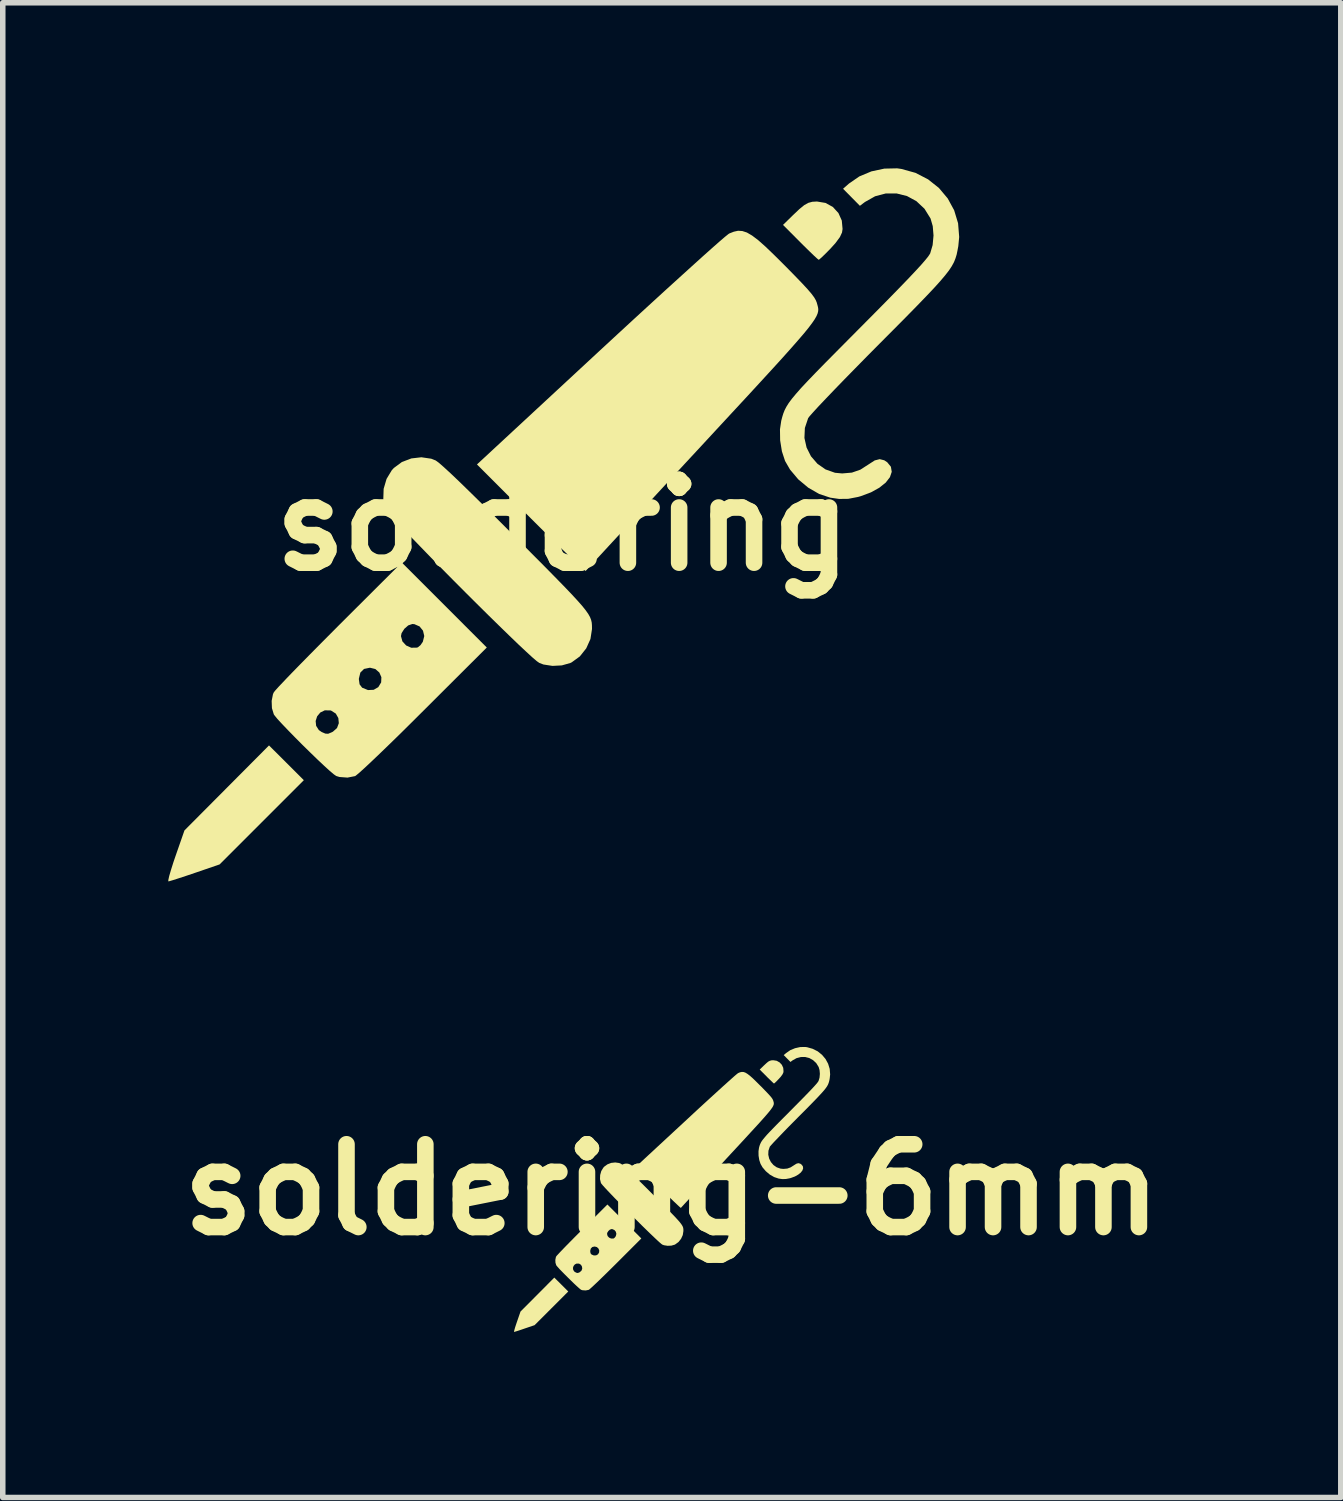
<source format=kicad_pcb>
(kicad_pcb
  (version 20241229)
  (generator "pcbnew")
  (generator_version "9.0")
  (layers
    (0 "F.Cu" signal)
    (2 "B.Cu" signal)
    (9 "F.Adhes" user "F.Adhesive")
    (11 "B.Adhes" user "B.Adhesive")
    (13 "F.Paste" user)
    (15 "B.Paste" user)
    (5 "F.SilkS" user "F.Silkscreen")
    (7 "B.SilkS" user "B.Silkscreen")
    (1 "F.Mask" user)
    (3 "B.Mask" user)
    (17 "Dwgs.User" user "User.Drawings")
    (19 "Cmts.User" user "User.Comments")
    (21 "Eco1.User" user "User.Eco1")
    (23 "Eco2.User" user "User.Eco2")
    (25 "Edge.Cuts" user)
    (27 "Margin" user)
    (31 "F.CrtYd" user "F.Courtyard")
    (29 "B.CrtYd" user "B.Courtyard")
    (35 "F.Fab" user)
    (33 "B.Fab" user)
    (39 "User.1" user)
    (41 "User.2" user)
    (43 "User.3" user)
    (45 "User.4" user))
  (footprint "soldering-6mm"
    (layer "F.Cu")
    (at 9.121 18.504)
    (property "Reference" "soldering-6mm" (at 0 0 0) (layer "F.SilkS") (effects (font (size 1.5 1.5) (thickness 0.3))))
    (attr board_only exclude_from_pos_files exclude_from_bom)
    (fp_poly (pts (xy -2.001 1.72) (xy -1.875 1.846) (xy -2.18 2.151) (xy -2.485 2.456) (xy -2.665 2.517) (xy -2.726 2.538) (xy -2.78 2.556) (xy -2.822 2.569) (xy -2.849 2.577) (xy -2.856 2.579) (xy -2.857 2.568) (xy -2.85 2.539) (xy -2.838 2.496) (xy -2.82 2.441) (xy -2.804 2.394) (xy -2.74 2.209) (xy -2.434 1.902) (xy -2.128 1.594)) (stroke (width 0) (type solid)) (fill yes) (layer "F.SilkS"))
    (fp_poly (pts (xy 1.902 -2.334) (xy 1.955 -2.304) (xy 1.995 -2.261) (xy 2.02 -2.206) (xy 2.025 -2.145) (xy 2.022 -2.12) (xy 2.006 -2.087) (xy 1.974 -2.043) (xy 1.936 -2.002) (xy 1.903 -1.967) (xy 1.875 -1.94) (xy 1.857 -1.925) (xy 1.853 -1.922) (xy 1.842 -1.93) (xy 1.819 -1.952) (xy 1.785 -1.985) (xy 1.743 -2.025) (xy 1.72 -2.049) (xy 1.594 -2.175) (xy 1.667 -2.246) (xy 1.713 -2.289) (xy 1.747 -2.318) (xy 1.777 -2.334) (xy 1.806 -2.342) (xy 1.84 -2.344) (xy 1.84 -2.344)) (stroke (width 0) (type solid)) (fill yes) (layer "F.SilkS"))
    (fp_poly (pts (xy -0.953 -0.482) (xy -0.921 -0.469) (xy -0.901 -0.455) (xy -0.865 -0.424) (xy -0.813 -0.376) (xy -0.745 -0.312) (xy -0.663 -0.231) (xy -0.564 -0.134) (xy -0.451 -0.022) (xy -0.345 0.085) (xy -0.235 0.194) (xy -0.142 0.289) (xy -0.062 0.37) (xy 0.005 0.438) (xy 0.06 0.495) (xy 0.104 0.543) (xy 0.139 0.582) (xy 0.165 0.615) (xy 0.184 0.642) (xy 0.197 0.665) (xy 0.205 0.685) (xy 0.209 0.704) (xy 0.211 0.723) (xy 0.211 0.744) (xy 0.211 0.752) (xy 0.2 0.823) (xy 0.169 0.891) (xy 0.123 0.949) (xy 0.064 0.992) (xy 0.053 0.998) (xy -0.007 1.015) (xy -0.075 1.018) (xy -0.14 1.008) (xy -0.17 0.997) (xy -0.188 0.984) (xy -0.221 0.956) (xy -0.266 0.915) (xy -0.322 0.862) (xy -0.388 0.799) (xy -0.46 0.729) (xy -0.539 0.652) (xy -0.621 0.57) (xy -0.706 0.486) (xy -0.79 0.401) (xy -0.874 0.316) (xy -0.954 0.234) (xy -1.03 0.157) (xy -1.099 0.085) (xy -1.16 0.021) (xy -1.21 -0.033) (xy -1.249 -0.076) (xy -1.274 -0.106) (xy -1.283 -0.12) (xy -1.3 -0.19) (xy -1.297 -0.264) (xy -1.277 -0.336) (xy -1.239 -0.398) (xy -1.224 -0.415) (xy -1.165 -0.458) (xy -1.097 -0.484) (xy -1.024 -0.492)) (stroke (width 0) (type solid)) (fill yes) (layer "F.SilkS"))
    (fp_poly (pts (xy 1.3 -2.131) (xy 1.333 -2.12) (xy 1.37 -2.098) (xy 1.415 -2.064) (xy 1.468 -2.017) (xy 1.532 -1.955) (xy 1.61 -1.877) (xy 1.614 -1.874) (xy 1.681 -1.805) (xy 1.733 -1.751) (xy 1.772 -1.709) (xy 1.801 -1.676) (xy 1.82 -1.65) (xy 1.832 -1.629) (xy 1.839 -1.611) (xy 1.84 -1.609) (xy 1.844 -1.593) (xy 1.848 -1.579) (xy 1.849 -1.565) (xy 1.849 -1.55) (xy 1.845 -1.534) (xy 1.837 -1.515) (xy 1.824 -1.491) (xy 1.804 -1.463) (xy 1.779 -1.429) (xy 1.745 -1.388) (xy 1.703 -1.339) (xy 1.652 -1.281) (xy 1.591 -1.213) (xy 1.518 -1.133) (xy 1.434 -1.042) (xy 1.337 -0.936) (xy 1.227 -0.817) (xy 1.102 -0.682) (xy 1 -0.572) (xy 0.887 -0.449) (xy 0.778 -0.332) (xy 0.674 -0.22) (xy 0.577 -0.115) (xy 0.488 -0.018) (xy 0.407 0.069) (xy 0.336 0.146) (xy 0.276 0.211) (xy 0.228 0.263) (xy 0.193 0.301) (xy 0.172 0.324) (xy 0.165 0.331) (xy 0.156 0.325) (xy 0.131 0.303) (xy 0.094 0.268) (xy 0.045 0.222) (xy -0.015 0.164) (xy -0.082 0.099) (xy -0.156 0.026) (xy -0.232 -0.051) (xy -0.622 -0.44) (xy 0.27 -1.266) (xy 0.397 -1.384) (xy 0.519 -1.497) (xy 0.635 -1.603) (xy 0.743 -1.702) (xy 0.843 -1.793) (xy 0.933 -1.875) (xy 1.012 -1.946) (xy 1.079 -2.006) (xy 1.133 -2.054) (xy 1.173 -2.088) (xy 1.198 -2.108) (xy 1.205 -2.112) (xy 1.238 -2.126) (xy 1.269 -2.132)) (stroke (width 0) (type solid)) (fill yes) (layer "F.SilkS"))
    (fp_poly (pts (xy -0.858 0.577) (xy -0.551 0.885) (xy -1.011 1.345) (xy -1.098 1.431) (xy -1.18 1.512) (xy -1.257 1.587) (xy -1.326 1.654) (xy -1.387 1.712) (xy -1.436 1.758) (xy -1.474 1.792) (xy -1.497 1.812) (xy -1.504 1.816) (xy -1.559 1.827) (xy -1.617 1.823) (xy -1.641 1.816) (xy -1.658 1.804) (xy -1.688 1.778) (xy -1.729 1.741) (xy -1.777 1.696) (xy -1.83 1.644) (xy -1.885 1.59) (xy -1.939 1.536) (xy -1.989 1.485) (xy -2.033 1.44) (xy -2.053 1.417) (xy -1.79 1.417) (xy -1.786 1.452) (xy -1.767 1.483) (xy -1.746 1.497) (xy -1.72 1.509) (xy -1.7 1.51) (xy -1.674 1.5) (xy -1.665 1.495) (xy -1.635 1.468) (xy -1.622 1.433) (xy -1.626 1.396) (xy -1.644 1.363) (xy -1.677 1.342) (xy -1.683 1.341) (xy -1.724 1.34) (xy -1.756 1.356) (xy -1.779 1.384) (xy -1.79 1.417) (xy -2.053 1.417) (xy -2.066 1.403) (xy -2.088 1.377) (xy -2.093 1.369) (xy -2.107 1.324) (xy -2.109 1.272) (xy -2.099 1.223) (xy -2.093 1.21) (xy -2.082 1.196) (xy -2.055 1.167) (xy -2.015 1.124) (xy -2.006 1.115) (xy -1.477 1.115) (xy -1.472 1.152) (xy -1.454 1.175) (xy -1.451 1.177) (xy -1.411 1.193) (xy -1.369 1.191) (xy -1.336 1.172) (xy -1.316 1.138) (xy -1.314 1.1) (xy -1.329 1.066) (xy -1.357 1.041) (xy -1.397 1.031) (xy -1.439 1.04) (xy -1.466 1.067) (xy -1.477 1.109) (xy -1.477 1.115) (xy -2.006 1.115) (xy -1.964 1.071) (xy -1.902 1.007) (xy -1.831 0.935) (xy -1.753 0.856) (xy -1.7 0.803) (xy -1.172 0.803) (xy -1.162 0.841) (xy -1.135 0.87) (xy -1.098 0.887) (xy -1.057 0.886) (xy -1.05 0.884) (xy -1.031 0.868) (xy -1.014 0.844) (xy -1.003 0.802) (xy -1.013 0.763) (xy -1.038 0.733) (xy -1.075 0.716) (xy -1.09 0.715) (xy -1.12 0.725) (xy -1.148 0.75) (xy -1.168 0.781) (xy -1.172 0.803) (xy -1.7 0.803) (xy -1.669 0.772) (xy -1.621 0.724) (xy -1.166 0.27)) (stroke (width 0) (type solid)) (fill yes) (layer "F.SilkS"))
    (fp_poly (pts (xy 2.452 -2.58) (xy 2.554 -2.551) (xy 2.645 -2.505) (xy 2.723 -2.442) (xy 2.786 -2.367) (xy 2.833 -2.281) (xy 2.862 -2.187) (xy 2.87 -2.087) (xy 2.863 -2.021) (xy 2.858 -1.989) (xy 2.851 -1.96) (xy 2.843 -1.933) (xy 2.832 -1.905) (xy 2.817 -1.877) (xy 2.796 -1.845) (xy 2.768 -1.809) (xy 2.732 -1.767) (xy 2.687 -1.718) (xy 2.632 -1.659) (xy 2.565 -1.59) (xy 2.485 -1.508) (xy 2.391 -1.413) (xy 2.291 -1.313) (xy 2.201 -1.222) (xy 2.116 -1.136) (xy 2.037 -1.055) (xy 1.966 -0.981) (xy 1.904 -0.916) (xy 1.852 -0.862) (xy 1.813 -0.819) (xy 1.787 -0.79) (xy 1.776 -0.776) (xy 1.752 -0.704) (xy 1.749 -0.632) (xy 1.765 -0.562) (xy 1.797 -0.499) (xy 1.843 -0.445) (xy 1.902 -0.404) (xy 1.971 -0.38) (xy 2.022 -0.375) (xy 2.093 -0.381) (xy 2.154 -0.403) (xy 2.214 -0.441) (xy 2.258 -0.469) (xy 2.294 -0.479) (xy 2.328 -0.47) (xy 2.349 -0.456) (xy 2.375 -0.424) (xy 2.381 -0.387) (xy 2.368 -0.348) (xy 2.338 -0.309) (xy 2.292 -0.272) (xy 2.232 -0.238) (xy 2.159 -0.211) (xy 2.137 -0.205) (xy 2.067 -0.192) (xy 2.001 -0.191) (xy 1.937 -0.2) (xy 1.856 -0.227) (xy 1.777 -0.272) (xy 1.705 -0.333) (xy 1.645 -0.403) (xy 1.609 -0.466) (xy 1.586 -0.535) (xy 1.573 -0.615) (xy 1.572 -0.695) (xy 1.581 -0.757) (xy 1.588 -0.784) (xy 1.596 -0.809) (xy 1.606 -0.833) (xy 1.618 -0.858) (xy 1.635 -0.885) (xy 1.658 -0.915) (xy 1.688 -0.951) (xy 1.725 -0.994) (xy 1.773 -1.045) (xy 1.831 -1.105) (xy 1.901 -1.177) (xy 1.984 -1.261) (xy 2.083 -1.36) (xy 2.14 -1.418) (xy 2.252 -1.531) (xy 2.348 -1.628) (xy 2.429 -1.711) (xy 2.497 -1.781) (xy 2.551 -1.838) (xy 2.593 -1.884) (xy 2.625 -1.92) (xy 2.646 -1.947) (xy 2.658 -1.965) (xy 2.66 -1.969) (xy 2.678 -2.029) (xy 2.684 -2.098) (xy 2.678 -2.166) (xy 2.662 -2.221) (xy 2.618 -2.292) (xy 2.56 -2.346) (xy 2.492 -2.384) (xy 2.417 -2.403) (xy 2.339 -2.402) (xy 2.261 -2.382) (xy 2.188 -2.341) (xy 2.187 -2.34) (xy 2.151 -2.313) (xy 2.09 -2.375) (xy 2.029 -2.437) (xy 2.072 -2.474) (xy 2.147 -2.526) (xy 2.234 -2.562) (xy 2.328 -2.583) (xy 2.421 -2.584)) (stroke (width 0) (type solid)) (fill yes) (layer "F.SilkS")))
  (footprint "soldering"
    (layer "F.Cu")
    (at 7.148 6.467)
    (property "Reference" "soldering" (at 0 0 0) (layer "F.SilkS") (effects (font (size 1.5 1.5) (thickness 0.3))))
    (attr board_only exclude_from_pos_files exclude_from_bom)
    (fp_poly (pts (xy -5.008 4.304) (xy -4.693 4.619) (xy -5.456 5.382) (xy -6.219 6.145) (xy -6.668 6.299) (xy -6.822 6.351) (xy -6.956 6.395) (xy -7.062 6.429) (xy -7.13 6.449) (xy -7.148 6.453) (xy -7.148 6.427) (xy -7.132 6.354) (xy -7.1 6.245) (xy -7.057 6.108) (xy -7.017 5.991) (xy -6.856 5.529) (xy -6.09 4.759) (xy -5.324 3.989)) (stroke (width 0) (type solid)) (fill yes) (layer "F.SilkS"))
    (fp_poly (pts (xy 4.76 -5.84) (xy 4.892 -5.767) (xy 4.993 -5.657) (xy 5.054 -5.521) (xy 5.068 -5.368) (xy 5.058 -5.304) (xy 5.02 -5.222) (xy 4.939 -5.112) (xy 4.846 -5.009) (xy 4.761 -4.923) (xy 4.691 -4.855) (xy 4.646 -4.816) (xy 4.636 -4.81) (xy 4.61 -4.83) (xy 4.551 -4.884) (xy 4.466 -4.966) (xy 4.362 -5.068) (xy 4.304 -5.126) (xy 3.989 -5.442) (xy 4.172 -5.621) (xy 4.286 -5.729) (xy 4.373 -5.8) (xy 4.446 -5.841) (xy 4.519 -5.861) (xy 4.604 -5.866) (xy 4.604 -5.866)) (stroke (width 0) (type solid)) (fill yes) (layer "F.SilkS"))
    (fp_poly (pts (xy -2.385 -1.206) (xy -2.304 -1.174) (xy -2.254 -1.138) (xy -2.164 -1.06) (xy -2.034 -0.941) (xy -1.865 -0.78) (xy -1.658 -0.578) (xy -1.412 -0.336) (xy -1.128 -0.054) (xy -0.863 0.212) (xy -0.589 0.487) (xy -0.354 0.723) (xy -0.155 0.925) (xy 0.012 1.096) (xy 0.15 1.24) (xy 0.26 1.359) (xy 0.347 1.457) (xy 0.412 1.538) (xy 0.46 1.606) (xy 0.492 1.663) (xy 0.512 1.714) (xy 0.523 1.762) (xy 0.527 1.809) (xy 0.528 1.861) (xy 0.528 1.881) (xy 0.5 2.061) (xy 0.424 2.23) (xy 0.308 2.376) (xy 0.161 2.483) (xy 0.134 2.496) (xy -0.018 2.539) (xy -0.188 2.548) (xy -0.351 2.523) (xy -0.425 2.495) (xy -0.471 2.463) (xy -0.553 2.393) (xy -0.666 2.289) (xy -0.807 2.157) (xy -0.97 2) (xy -1.152 1.823) (xy -1.348 1.631) (xy -1.554 1.427) (xy -1.766 1.216) (xy -1.978 1.003) (xy -2.187 0.792) (xy -2.388 0.587) (xy -2.577 0.392) (xy -2.75 0.213) (xy -2.901 0.054) (xy -3.028 -0.082) (xy -3.125 -0.19) (xy -3.187 -0.265) (xy -3.211 -0.3) (xy -3.253 -0.475) (xy -3.247 -0.66) (xy -3.194 -0.84) (xy -3.1 -0.996) (xy -3.062 -1.038) (xy -2.916 -1.146) (xy -2.745 -1.211) (xy -2.563 -1.232)) (stroke (width 0) (type solid)) (fill yes) (layer "F.SilkS"))
    (fp_poly (pts (xy 3.252 -5.331) (xy 3.335 -5.304) (xy 3.429 -5.249) (xy 3.54 -5.165) (xy 3.673 -5.047) (xy 3.834 -4.892) (xy 4.029 -4.698) (xy 4.038 -4.689) (xy 4.206 -4.518) (xy 4.337 -4.382) (xy 4.435 -4.276) (xy 4.506 -4.193) (xy 4.554 -4.128) (xy 4.584 -4.076) (xy 4.602 -4.031) (xy 4.603 -4.026) (xy 4.614 -3.986) (xy 4.623 -3.951) (xy 4.628 -3.916) (xy 4.626 -3.879) (xy 4.616 -3.838) (xy 4.596 -3.79) (xy 4.563 -3.732) (xy 4.515 -3.662) (xy 4.451 -3.577) (xy 4.367 -3.474) (xy 4.262 -3.352) (xy 4.134 -3.206) (xy 3.981 -3.035) (xy 3.8 -2.836) (xy 3.589 -2.606) (xy 3.347 -2.343) (xy 3.07 -2.044) (xy 2.758 -1.707) (xy 2.503 -1.431) (xy 2.219 -1.125) (xy 1.946 -0.83) (xy 1.687 -0.55) (xy 1.445 -0.287) (xy 1.221 -0.046) (xy 1.019 0.173) (xy 0.842 0.364) (xy 0.692 0.527) (xy 0.571 0.657) (xy 0.483 0.753) (xy 0.429 0.811) (xy 0.413 0.828) (xy 0.39 0.812) (xy 0.328 0.759) (xy 0.234 0.671) (xy 0.111 0.554) (xy -0.036 0.412) (xy -0.205 0.247) (xy -0.39 0.064) (xy -0.581 -0.126) (xy -1.556 -1.102) (xy 0.674 -3.169) (xy 0.993 -3.464) (xy 1.299 -3.746) (xy 1.589 -4.012) (xy 1.86 -4.26) (xy 2.11 -4.487) (xy 2.335 -4.691) (xy 2.533 -4.87) (xy 2.701 -5.02) (xy 2.836 -5.139) (xy 2.936 -5.225) (xy 2.997 -5.274) (xy 3.014 -5.286) (xy 3.098 -5.319) (xy 3.175 -5.336)) (stroke (width 0) (type solid)) (fill yes) (layer "F.SilkS"))
    (fp_poly (pts (xy -2.148 1.445) (xy -1.378 2.215) (xy -2.53 3.364) (xy -2.747 3.58) (xy -2.953 3.784) (xy -3.145 3.971) (xy -3.319 4.139) (xy -3.47 4.283) (xy -3.594 4.399) (xy -3.688 4.484) (xy -3.747 4.533) (xy -3.764 4.545) (xy -3.902 4.572) (xy -4.047 4.561) (xy -4.106 4.543) (xy -4.148 4.514) (xy -4.224 4.45) (xy -4.326 4.357) (xy -4.447 4.243) (xy -4.579 4.115) (xy -4.717 3.98) (xy -4.852 3.844) (xy -4.977 3.716) (xy -5.086 3.602) (xy -5.137 3.547) (xy -4.479 3.547) (xy -4.47 3.634) (xy -4.421 3.711) (xy -4.37 3.746) (xy -4.303 3.775) (xy -4.253 3.778) (xy -4.19 3.752) (xy -4.166 3.74) (xy -4.092 3.674) (xy -4.059 3.586) (xy -4.068 3.493) (xy -4.114 3.412) (xy -4.197 3.359) (xy -4.211 3.355) (xy -4.313 3.353) (xy -4.395 3.393) (xy -4.452 3.462) (xy -4.479 3.547) (xy -5.137 3.547) (xy -5.171 3.51) (xy -5.224 3.445) (xy -5.237 3.426) (xy -5.271 3.314) (xy -5.276 3.182) (xy -5.252 3.06) (xy -5.237 3.027) (xy -5.209 2.992) (xy -5.143 2.919) (xy -5.043 2.814) (xy -5.02 2.789) (xy -3.696 2.789) (xy -3.683 2.882) (xy -3.638 2.941) (xy -3.63 2.946) (xy -3.53 2.986) (xy -3.427 2.981) (xy -3.344 2.933) (xy -3.292 2.847) (xy -3.288 2.753) (xy -3.325 2.668) (xy -3.397 2.605) (xy -3.495 2.581) (xy -3.602 2.603) (xy -3.669 2.669) (xy -3.695 2.776) (xy -3.696 2.789) (xy -5.02 2.789) (xy -4.914 2.679) (xy -4.758 2.519) (xy -4.581 2.339) (xy -4.386 2.142) (xy -4.254 2.009) (xy -2.933 2.009) (xy -2.907 2.104) (xy -2.839 2.178) (xy -2.747 2.219) (xy -2.646 2.217) (xy -2.626 2.211) (xy -2.58 2.173) (xy -2.537 2.111) (xy -2.511 2.007) (xy -2.534 1.91) (xy -2.596 1.833) (xy -2.69 1.792) (xy -2.727 1.789) (xy -2.801 1.814) (xy -2.872 1.876) (xy -2.922 1.955) (xy -2.933 2.009) (xy -4.254 2.009) (xy -4.177 1.932) (xy -4.057 1.811) (xy -2.918 0.675)) (stroke (width 0) (type solid)) (fill yes) (layer "F.SilkS"))
    (fp_poly (pts (xy 6.134 -6.456) (xy 6.39 -6.385) (xy 6.618 -6.267) (xy 6.814 -6.111) (xy 6.973 -5.922) (xy 7.09 -5.707) (xy 7.161 -5.472) (xy 7.181 -5.223) (xy 7.165 -5.057) (xy 7.15 -4.977) (xy 7.135 -4.904) (xy 7.114 -4.836) (xy 7.087 -4.768) (xy 7.048 -4.696) (xy 6.996 -4.617) (xy 6.926 -4.527) (xy 6.837 -4.422) (xy 6.725 -4.298) (xy 6.586 -4.151) (xy 6.419 -3.978) (xy 6.219 -3.774) (xy 5.983 -3.536) (xy 5.733 -3.285) (xy 5.509 -3.059) (xy 5.296 -2.842) (xy 5.098 -2.64) (xy 4.919 -2.455) (xy 4.764 -2.293) (xy 4.634 -2.156) (xy 4.536 -2.049) (xy 4.471 -1.976) (xy 4.445 -1.942) (xy 4.385 -1.763) (xy 4.377 -1.582) (xy 4.416 -1.408) (xy 4.496 -1.249) (xy 4.613 -1.114) (xy 4.759 -1.012) (xy 4.931 -0.951) (xy 5.061 -0.939) (xy 5.237 -0.954) (xy 5.39 -1.007) (xy 5.541 -1.104) (xy 5.651 -1.175) (xy 5.741 -1.198) (xy 5.824 -1.177) (xy 5.877 -1.142) (xy 5.944 -1.06) (xy 5.959 -0.968) (xy 5.926 -0.871) (xy 5.85 -0.773) (xy 5.734 -0.68) (xy 5.584 -0.597) (xy 5.404 -0.529) (xy 5.348 -0.513) (xy 5.172 -0.479) (xy 5.006 -0.477) (xy 4.846 -0.5) (xy 4.644 -0.567) (xy 4.446 -0.681) (xy 4.265 -0.832) (xy 4.116 -1.009) (xy 4.026 -1.165) (xy 3.969 -1.339) (xy 3.937 -1.539) (xy 3.934 -1.739) (xy 3.957 -1.893) (xy 3.975 -1.962) (xy 3.994 -2.024) (xy 4.018 -2.085) (xy 4.05 -2.147) (xy 4.092 -2.214) (xy 4.149 -2.291) (xy 4.223 -2.38) (xy 4.317 -2.487) (xy 4.436 -2.614) (xy 4.581 -2.765) (xy 4.757 -2.945) (xy 4.966 -3.156) (xy 5.211 -3.403) (xy 5.356 -3.549) (xy 5.636 -3.831) (xy 5.876 -4.074) (xy 6.079 -4.282) (xy 6.247 -4.456) (xy 6.383 -4.6) (xy 6.489 -4.715) (xy 6.567 -4.805) (xy 6.621 -4.872) (xy 6.651 -4.918) (xy 6.656 -4.927) (xy 6.7 -5.077) (xy 6.716 -5.25) (xy 6.702 -5.42) (xy 6.662 -5.558) (xy 6.552 -5.735) (xy 6.406 -5.872) (xy 6.235 -5.965) (xy 6.047 -6.012) (xy 5.852 -6.012) (xy 5.658 -5.961) (xy 5.475 -5.858) (xy 5.472 -5.856) (xy 5.382 -5.788) (xy 5.229 -5.943) (xy 5.077 -6.097) (xy 5.184 -6.191) (xy 5.371 -6.32) (xy 5.591 -6.412) (xy 5.825 -6.462) (xy 6.057 -6.467)) (stroke (width 0) (type solid)) (fill yes) (layer "F.SilkS")))
  (gr_rect
    (start -3 -3)
    (end 21.243 24.082)
    (stroke (width 0.1) (type default))
    (fill no)
    (layer "Edge.Cuts")))
</source>
